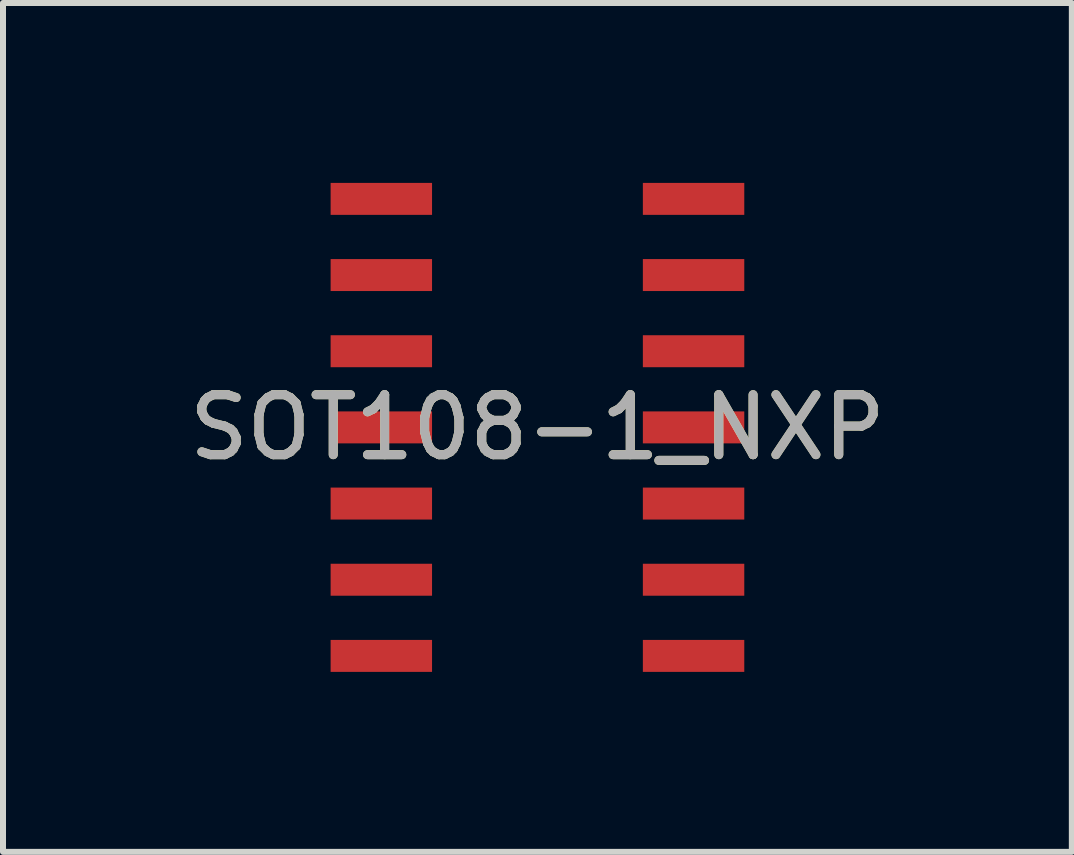
<source format=kicad_pcb>
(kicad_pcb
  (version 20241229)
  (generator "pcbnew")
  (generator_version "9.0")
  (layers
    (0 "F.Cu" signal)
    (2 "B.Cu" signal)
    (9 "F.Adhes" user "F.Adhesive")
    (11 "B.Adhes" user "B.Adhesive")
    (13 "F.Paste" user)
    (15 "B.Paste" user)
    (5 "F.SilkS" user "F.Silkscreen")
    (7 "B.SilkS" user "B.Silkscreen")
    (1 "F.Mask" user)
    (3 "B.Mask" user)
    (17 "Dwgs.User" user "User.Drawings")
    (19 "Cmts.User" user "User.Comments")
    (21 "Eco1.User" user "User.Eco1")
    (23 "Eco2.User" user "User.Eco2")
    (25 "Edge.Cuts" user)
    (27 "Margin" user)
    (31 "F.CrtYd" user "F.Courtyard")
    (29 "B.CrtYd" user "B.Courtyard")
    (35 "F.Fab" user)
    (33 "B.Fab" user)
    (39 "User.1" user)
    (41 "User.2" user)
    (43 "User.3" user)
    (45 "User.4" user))
  (footprint "SOT108-1_NXP"
    (layer "F.Cu")
    (at 5.911 4.076)
    (property "Reference" "SOT108-1_NXP" (at 0 0 0) (unlocked yes) (layer "F.SilkS") (effects (font (size 1 1) (thickness 0.15))))
    (attr smd)
    (fp_text user "${REFERENCE}" (at 0 0 0) (unlocked yes) (layer "F.Fab") (effects (font (size 1 1) (thickness 0.15))))
    (pad "1" smd rect (at -2.603 -3.81) (size 1.691 0.533) (layers "F.Cu" "F.Mask" "F.Paste"))
    (pad "2" smd rect (at -2.603 -2.54) (size 1.691 0.533) (layers "F.Cu" "F.Mask" "F.Paste"))
    (pad "3" smd rect (at -2.603 -1.27) (size 1.691 0.533) (layers "F.Cu" "F.Mask" "F.Paste"))
    (pad "4" smd rect (at -2.603 0) (size 1.691 0.533) (layers "F.Cu" "F.Mask" "F.Paste"))
    (pad "5" smd rect (at -2.603 1.27) (size 1.691 0.533) (layers "F.Cu" "F.Mask" "F.Paste"))
    (pad "6" smd rect (at -2.603 2.54) (size 1.691 0.533) (layers "F.Cu" "F.Mask" "F.Paste"))
    (pad "7" smd rect (at -2.603 3.81) (size 1.691 0.533) (layers "F.Cu" "F.Mask" "F.Paste"))
    (pad "8" smd rect (at 2.603 3.81) (size 1.691 0.533) (layers "F.Cu" "F.Mask" "F.Paste"))
    (pad "9" smd rect (at 2.603 2.54) (size 1.691 0.533) (layers "F.Cu" "F.Mask" "F.Paste"))
    (pad "10" smd rect (at 2.603 1.27) (size 1.691 0.533) (layers "F.Cu" "F.Mask" "F.Paste"))
    (pad "11" smd rect (at 2.603 0) (size 1.691 0.533) (layers "F.Cu" "F.Mask" "F.Paste"))
    (pad "12" smd rect (at 2.603 -1.27) (size 1.691 0.533) (layers "F.Cu" "F.Mask" "F.Paste"))
    (pad "13" smd rect (at 2.603 -2.54) (size 1.691 0.533) (layers "F.Cu" "F.Mask" "F.Paste"))
    (pad "14" smd rect (at 2.603 -3.81) (size 1.691 0.533) (layers "F.Cu" "F.Mask" "F.Paste")))
  (gr_rect
    (start -3 -3)
    (end 14.821 11.153)
    (stroke (width 0.1) (type default))
    (fill no)
    (layer "Edge.Cuts")))
</source>
